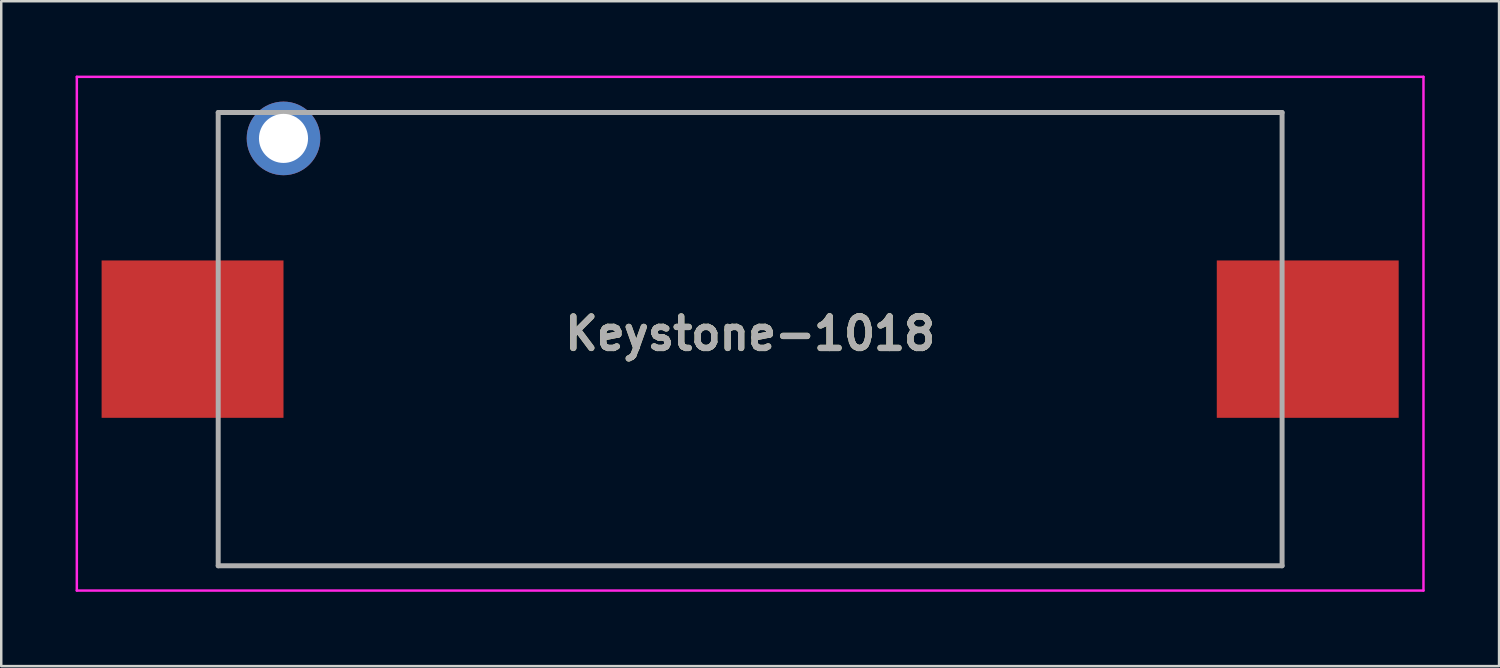
<source format=kicad_pcb>
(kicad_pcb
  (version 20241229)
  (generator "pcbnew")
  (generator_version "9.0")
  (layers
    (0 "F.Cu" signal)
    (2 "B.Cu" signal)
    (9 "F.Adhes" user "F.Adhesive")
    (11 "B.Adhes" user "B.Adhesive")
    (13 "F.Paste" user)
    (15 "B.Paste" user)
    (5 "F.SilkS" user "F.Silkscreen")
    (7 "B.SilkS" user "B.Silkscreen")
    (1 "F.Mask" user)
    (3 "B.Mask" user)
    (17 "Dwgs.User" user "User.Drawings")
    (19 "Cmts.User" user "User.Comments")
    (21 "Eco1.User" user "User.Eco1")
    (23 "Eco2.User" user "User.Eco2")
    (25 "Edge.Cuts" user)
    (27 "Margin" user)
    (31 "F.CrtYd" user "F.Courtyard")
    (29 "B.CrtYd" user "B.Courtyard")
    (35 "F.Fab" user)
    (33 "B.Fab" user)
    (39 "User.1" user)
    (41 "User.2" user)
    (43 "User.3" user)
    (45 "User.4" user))
  (footprint "Keystone-1018"
    (layer "F.Cu")
    (at 27.22 10.635)
    (property "Reference" "Keystone-1018" (at 0 -0.22 0) (layer "F.SilkS") (effects (font (size 1.27 1.27) (thickness 0.254))))
    (attr through_hole)
    (fp_line (start -21.465 -9.145) (end -21.465 -4) (stroke (width 0.1) (type solid)) (layer "F.SilkS"))
    (fp_line (start -21.465 9.145) (end -21.465 4) (stroke (width 0.1) (type solid)) (layer "F.SilkS"))
    (fp_line (start -21 -9.145) (end -21.465 -9.145) (stroke (width 0.1) (type solid)) (layer "F.SilkS"))
    (fp_line (start -16.5 -9.145) (end 21.465 -9.145) (stroke (width 0.1) (type solid)) (layer "F.SilkS"))
    (fp_line (start 21.465 -9.145) (end 21.465 -4) (stroke (width 0.1) (type solid)) (layer "F.SilkS"))
    (fp_line (start 21.465 4) (end 21.465 9.145) (stroke (width 0.1) (type solid)) (layer "F.SilkS"))
    (fp_line (start 21.465 9.145) (end -21.465 9.145) (stroke (width 0.1) (type solid)) (layer "F.SilkS"))
    (fp_line (start -27.17 -10.585) (end 27.17 -10.585) (stroke (width 0.1) (type solid)) (layer "F.CrtYd"))
    (fp_line (start -27.17 10.145) (end -27.17 -10.585) (stroke (width 0.1) (type solid)) (layer "F.CrtYd"))
    (fp_line (start 27.17 -10.585) (end 27.17 10.145) (stroke (width 0.1) (type solid)) (layer "F.CrtYd"))
    (fp_line (start 27.17 10.145) (end -27.17 10.145) (stroke (width 0.1) (type solid)) (layer "F.CrtYd"))
    (fp_line (start -21.465 -9.145) (end 21.465 -9.145) (stroke (width 0.2) (type solid)) (layer "F.Fab"))
    (fp_line (start -21.465 9.145) (end -21.465 -9.145) (stroke (width 0.2) (type solid)) (layer "F.Fab"))
    (fp_line (start 21.465 -9.145) (end 21.465 9.145) (stroke (width 0.2) (type solid)) (layer "F.Fab"))
    (fp_line (start 21.465 9.145) (end -21.465 9.145) (stroke (width 0.2) (type solid)) (layer "F.Fab"))
    (fp_text user "${REFERENCE}" (at 0 -0.22 0) (layer "F.Fab") (effects (font (size 1.27 1.27) (thickness 0.254))))
    (pad "1" smd rect (at -22.5 0 90) (size 6.35 7.34) (layers "F.Cu" "F.Mask" "F.Paste"))
    (pad "2" smd rect (at 22.5 0 90) (size 6.35 7.34) (layers "F.Cu" "F.Mask" "F.Paste"))
    (pad "MH1" thru_hole circle (at -18.83 -8.1) (size 2.97 2.97) (drill 1.98) (layers "*.Cu" "*.Mask")))
  (gr_rect
    (start -3 -3)
    (end 57.44 23.83)
    (stroke (width 0.1) (type default))
    (fill no)
    (layer "Edge.Cuts")))
</source>
